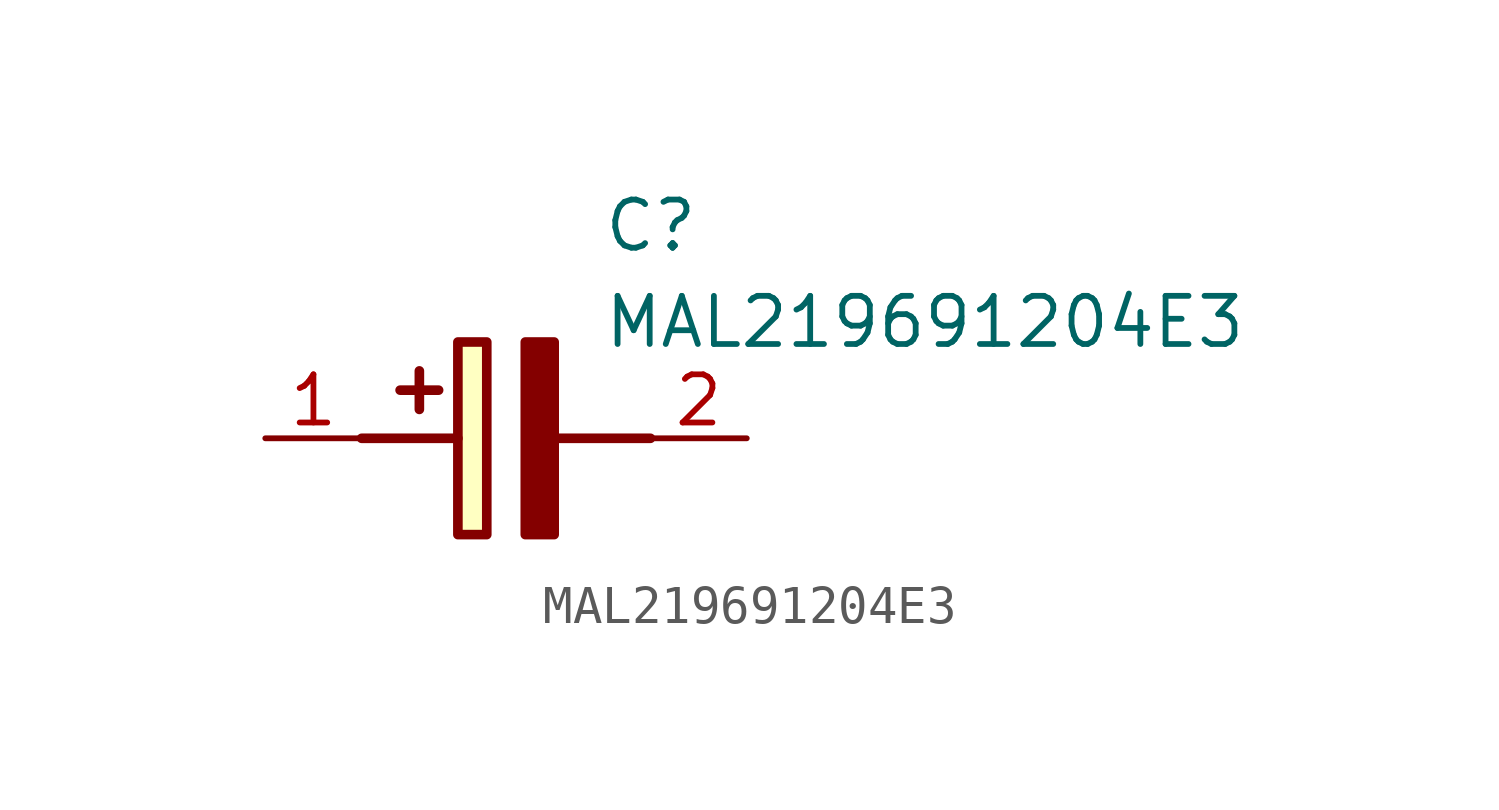
<source format=kicad_sym>
(kicad_symbol_lib
  (version 20220914)
  (generator SamacSys_ECAD_Model)
  (symbol "MAL219691204E3"
    (pin_names hide)
    (property "Reference" "C"
      (at 8.89 6.35 0)
      (effects (font (size 1.27 1.27)) (justify left top)))
    (property "Value" "MAL219691204E3"
      (at 8.89 3.81 0)
      (effects (font (size 1.27 1.27)) (justify left top)))
    (rectangle
      (start 5.08 2.54)
      (end 5.842 -2.54)
      (stroke (width 0.254) (type default))
      (fill (type background)))
    (polyline
      (pts (xy 4.572 1.27) (xy 3.556 1.27))
      (stroke (width 0.254) (type default))
      (fill (type none)))
    (polyline
      (pts (xy 4.064 1.778) (xy 4.064 0.762))
      (stroke (width 0.254) (type default))
      (fill (type none)))
    (polyline
      (pts (xy 2.54 0) (xy 5.08 0))
      (stroke (width 0.254) (type default))
      (fill (type none)))
    (polyline
      (pts (xy 7.62 0) (xy 10.16 0))
      (stroke (width 0.254) (type default))
      (fill (type none)))
    (polyline
      (pts (xy 7.62 2.54) (xy 7.62 -2.54) (xy 6.858 -2.54) (xy 6.858 2.54) (xy 7.62 2.54))
      (stroke (width 0.254) (type default))
      (fill (type outline)))
    (pin passive line
      (at 0 0 0)
      (length 2.54)
      (name "+" (effects (font (size 1.27 1.27))))
      (number "1" (effects (font (size 1.27 1.27)))))
    (pin passive line
      (at 12.7 0 180)
      (length 2.54)
      (name "-" (effects (font (size 1.27 1.27))))
      (number "2" (effects (font (size 1.27 1.27)))))))
</source>
